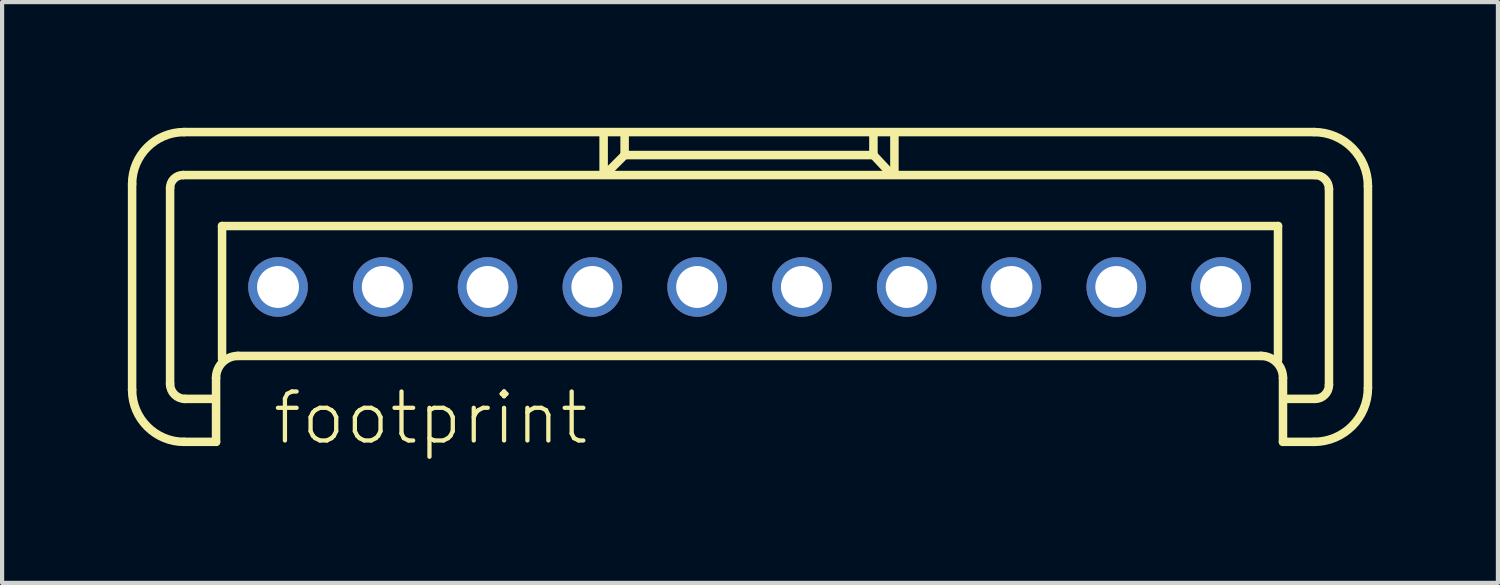
<source format=kicad_pcb>
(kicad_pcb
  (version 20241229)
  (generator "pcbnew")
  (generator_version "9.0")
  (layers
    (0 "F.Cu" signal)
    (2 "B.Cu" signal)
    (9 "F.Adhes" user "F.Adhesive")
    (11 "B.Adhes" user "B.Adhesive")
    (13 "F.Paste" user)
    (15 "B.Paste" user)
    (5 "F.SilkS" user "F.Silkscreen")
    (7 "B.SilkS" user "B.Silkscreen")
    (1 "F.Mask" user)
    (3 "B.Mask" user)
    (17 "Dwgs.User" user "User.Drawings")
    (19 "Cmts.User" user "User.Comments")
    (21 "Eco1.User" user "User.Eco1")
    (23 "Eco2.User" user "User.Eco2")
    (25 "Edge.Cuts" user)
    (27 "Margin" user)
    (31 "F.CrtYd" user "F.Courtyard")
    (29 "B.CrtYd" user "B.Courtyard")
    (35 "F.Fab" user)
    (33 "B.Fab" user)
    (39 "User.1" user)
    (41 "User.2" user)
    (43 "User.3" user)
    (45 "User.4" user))
  (footprint "footprint"
    (layer "F.Cu")
    (at 14.833 3.797)
    (property "Reference" "footprint" (at -11.43 3.81 0) (layer "F.SilkS") (effects (font (size 1.168 1.168) (thickness 0.102)) (justify left bottom)))
    (fp_line (start -14.731 2.456) (end -14.731 -2.456) (stroke (width 0.203) (type solid)) (layer "F.SilkS"))
    (fp_line (start -13.825 2.313) (end -13.825 -2.361) (stroke (width 0.203) (type solid)) (layer "F.SilkS"))
    (fp_line (start -13.515 -2.67) (end 13.491 -2.67) (stroke (width 0.203) (type solid)) (layer "F.SilkS"))
    (fp_line (start -13.491 -3.696) (end 13.467 -3.696) (stroke (width 0.203) (type solid)) (layer "F.SilkS"))
    (fp_line (start -12.752 2.67) (end -13.467 2.67) (stroke (width 0.203) (type solid)) (layer "F.SilkS"))
    (fp_line (start -12.728 2.17) (end -12.728 3.695) (stroke (width 0.203) (type solid)) (layer "F.SilkS"))
    (fp_line (start -12.728 3.695) (end -13.491 3.695) (stroke (width 0.203) (type solid)) (layer "F.SilkS"))
    (fp_line (start -12.585 -1.454) (end 12.609 -1.454) (stroke (width 0.203) (type solid)) (layer "F.SilkS"))
    (fp_line (start -12.585 1.716) (end -12.585 -1.454) (stroke (width 0.203) (type solid)) (layer "F.SilkS"))
    (fp_line (start -3.481 -3.648) (end -3.481 -2.742) (stroke (width 0.203) (type solid)) (layer "F.SilkS"))
    (fp_line (start -3.004 -3.123) (end -3.386 -2.742) (stroke (width 0.203) (type solid)) (layer "F.SilkS"))
    (fp_line (start -2.98 -3.147) (end -2.98 -3.624) (stroke (width 0.203) (type solid)) (layer "F.SilkS"))
    (fp_line (start 2.956 -3.672) (end 2.956 -3.147) (stroke (width 0.203) (type solid)) (layer "F.SilkS"))
    (fp_line (start 2.956 -3.147) (end -2.98 -3.147) (stroke (width 0.203) (type solid)) (layer "F.SilkS"))
    (fp_line (start 2.98 -3.123) (end 3.314 -2.766) (stroke (width 0.203) (type solid)) (layer "F.SilkS"))
    (fp_line (start 3.457 -3.624) (end 3.457 -2.742) (stroke (width 0.203) (type solid)) (layer "F.SilkS"))
    (fp_line (start 12.204 1.645) (end -12.204 1.645) (stroke (width 0.203) (type solid)) (layer "F.SilkS"))
    (fp_line (start 12.609 -1.454) (end 12.609 1.74) (stroke (width 0.203) (type solid)) (layer "F.SilkS"))
    (fp_line (start 12.728 3.695) (end 12.728 2.17) (stroke (width 0.203) (type solid)) (layer "F.SilkS"))
    (fp_line (start 13.467 3.695) (end 12.728 3.695) (stroke (width 0.203) (type solid)) (layer "F.SilkS"))
    (fp_line (start 13.491 2.67) (end 12.823 2.67) (stroke (width 0.203) (type solid)) (layer "F.SilkS"))
    (fp_line (start 13.825 -2.337) (end 13.825 2.336) (stroke (width 0.203) (type solid)) (layer "F.SilkS"))
    (fp_line (start 14.755 -2.408) (end 14.755 2.408) (stroke (width 0.203) (type solid)) (layer "F.SilkS"))
    (fp_arc (start -14.731 -2.4558) (mid -14.367871 -3.332471) (end -13.4912 -3.6956) (stroke (width 0.2032) (type solid)) (layer "F.SilkS"))
    (fp_arc (start -13.825 -2.3605) (mid -13.734232 -2.579632) (end -13.5151 -2.6704) (stroke (width 0.2032) (type solid)) (layer "F.SilkS"))
    (fp_arc (start -13.4912 3.6954) (mid -14.367871 3.332271) (end -14.731 2.4556) (stroke (width 0.2032) (type solid)) (layer "F.SilkS"))
    (fp_arc (start -13.4674 2.6702) (mid -13.720261 2.565461) (end -13.825 2.3126) (stroke (width 0.2032) (type solid)) (layer "F.SilkS"))
    (fp_arc (start -12.7283 2.1695) (mid -12.574678 1.798622) (end -12.2038 1.645) (stroke (width 0.2032) (type solid)) (layer "F.SilkS"))
    (fp_arc (start 12.2036 1.645) (mid 12.574478 1.798622) (end 12.7281 2.1695) (stroke (width 0.2032) (type solid)) (layer "F.SilkS"))
    (fp_arc (start 13.4672 -3.6956) (mid 14.3776 -3.3185) (end 14.7547 -2.4081) (stroke (width 0.2032) (type solid)) (layer "F.SilkS"))
    (fp_arc (start 13.4911 -2.6704) (mid 13.727132 -2.572632) (end 13.8249 -2.3366) (stroke (width 0.2032) (type solid)) (layer "F.SilkS"))
    (fp_arc (start 13.8249 2.3364) (mid 13.727132 2.572432) (end 13.4911 2.6702) (stroke (width 0.2032) (type solid)) (layer "F.SilkS"))
    (fp_arc (start 14.7547 2.4079) (mid 14.3776 3.3183) (end 13.4672 3.6954) (stroke (width 0.2032) (type solid)) (layer "F.SilkS"))
    (pad "1" thru_hole circle (at -11.25 0) (size 1.422 1.422) (drill 1) (layers "*.Cu" "*.Mask"))
    (pad "2" thru_hole circle (at -8.75 0) (size 1.422 1.422) (drill 1) (layers "*.Cu" "*.Mask"))
    (pad "3" thru_hole circle (at -6.25 0) (size 1.422 1.422) (drill 1) (layers "*.Cu" "*.Mask"))
    (pad "4" thru_hole circle (at -3.75 0) (size 1.422 1.422) (drill 1) (layers "*.Cu" "*.Mask"))
    (pad "5" thru_hole circle (at -1.25 0) (size 1.422 1.422) (drill 1) (layers "*.Cu" "*.Mask"))
    (pad "6" thru_hole circle (at 1.25 0) (size 1.422 1.422) (drill 1) (layers "*.Cu" "*.Mask"))
    (pad "7" thru_hole circle (at 3.75 0) (size 1.422 1.422) (drill 1) (layers "*.Cu" "*.Mask"))
    (pad "8" thru_hole circle (at 6.25 0) (size 1.422 1.422) (drill 1) (layers "*.Cu" "*.Mask"))
    (pad "9" thru_hole circle (at 8.75 0) (size 1.422 1.422) (drill 1) (layers "*.Cu" "*.Mask"))
    (pad "10" thru_hole circle (at 11.25 0) (size 1.422 1.422) (drill 1) (layers "*.Cu" "*.Mask")))
  (gr_rect
    (start -3 -3)
    (end 32.689 10.858)
    (stroke (width 0.1) (type default))
    (fill no)
    (layer "Edge.Cuts")))
</source>
